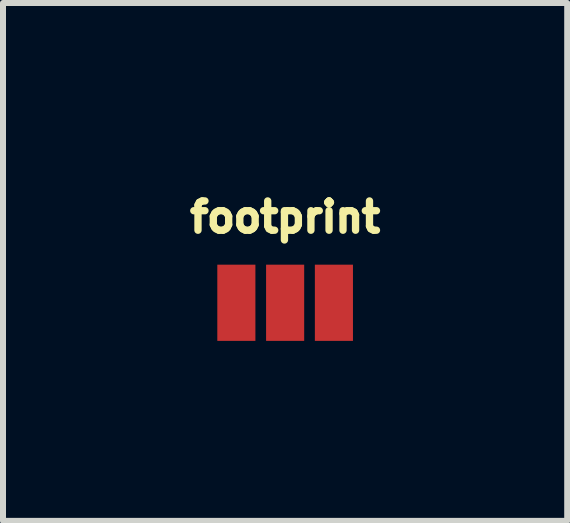
<source format=kicad_pcb>
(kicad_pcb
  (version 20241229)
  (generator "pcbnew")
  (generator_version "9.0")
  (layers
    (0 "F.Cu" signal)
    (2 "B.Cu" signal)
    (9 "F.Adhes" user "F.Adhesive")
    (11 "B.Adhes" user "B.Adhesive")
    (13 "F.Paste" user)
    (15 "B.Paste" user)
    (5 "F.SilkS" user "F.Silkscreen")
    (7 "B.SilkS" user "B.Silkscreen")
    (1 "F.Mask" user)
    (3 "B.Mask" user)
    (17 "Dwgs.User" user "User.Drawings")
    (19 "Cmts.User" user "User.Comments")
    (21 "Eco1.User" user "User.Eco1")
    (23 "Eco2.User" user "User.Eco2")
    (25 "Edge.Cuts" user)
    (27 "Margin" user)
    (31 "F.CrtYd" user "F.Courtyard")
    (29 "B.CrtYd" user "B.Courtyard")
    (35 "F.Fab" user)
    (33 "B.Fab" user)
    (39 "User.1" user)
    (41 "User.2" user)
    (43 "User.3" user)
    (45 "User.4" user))
  (footprint "footprint"
    (layer "F.Cu")
    (at 1.702 1.996)
    (property "Reference" "footprint" (at 0 -1.143 0) (layer "F.SilkS") (effects (font (size 0.488 0.488) (thickness 0.122)) (justify bottom)))
    (pad "1" smd rect (at -0.813 0) (size 0.635 1.27) (layers "F.Cu" "F.Mask"))
    (pad "2" smd rect (at 0 0) (size 0.635 1.27) (layers "F.Cu" "F.Mask"))
    (pad "3" smd rect (at 0.813 0) (size 0.635 1.27) (layers "F.Cu" "F.Mask")))
  (gr_rect
    (start -3 -3)
    (end 6.403 5.631)
    (stroke (width 0.1) (type default))
    (fill no)
    (layer "Edge.Cuts")))
</source>
